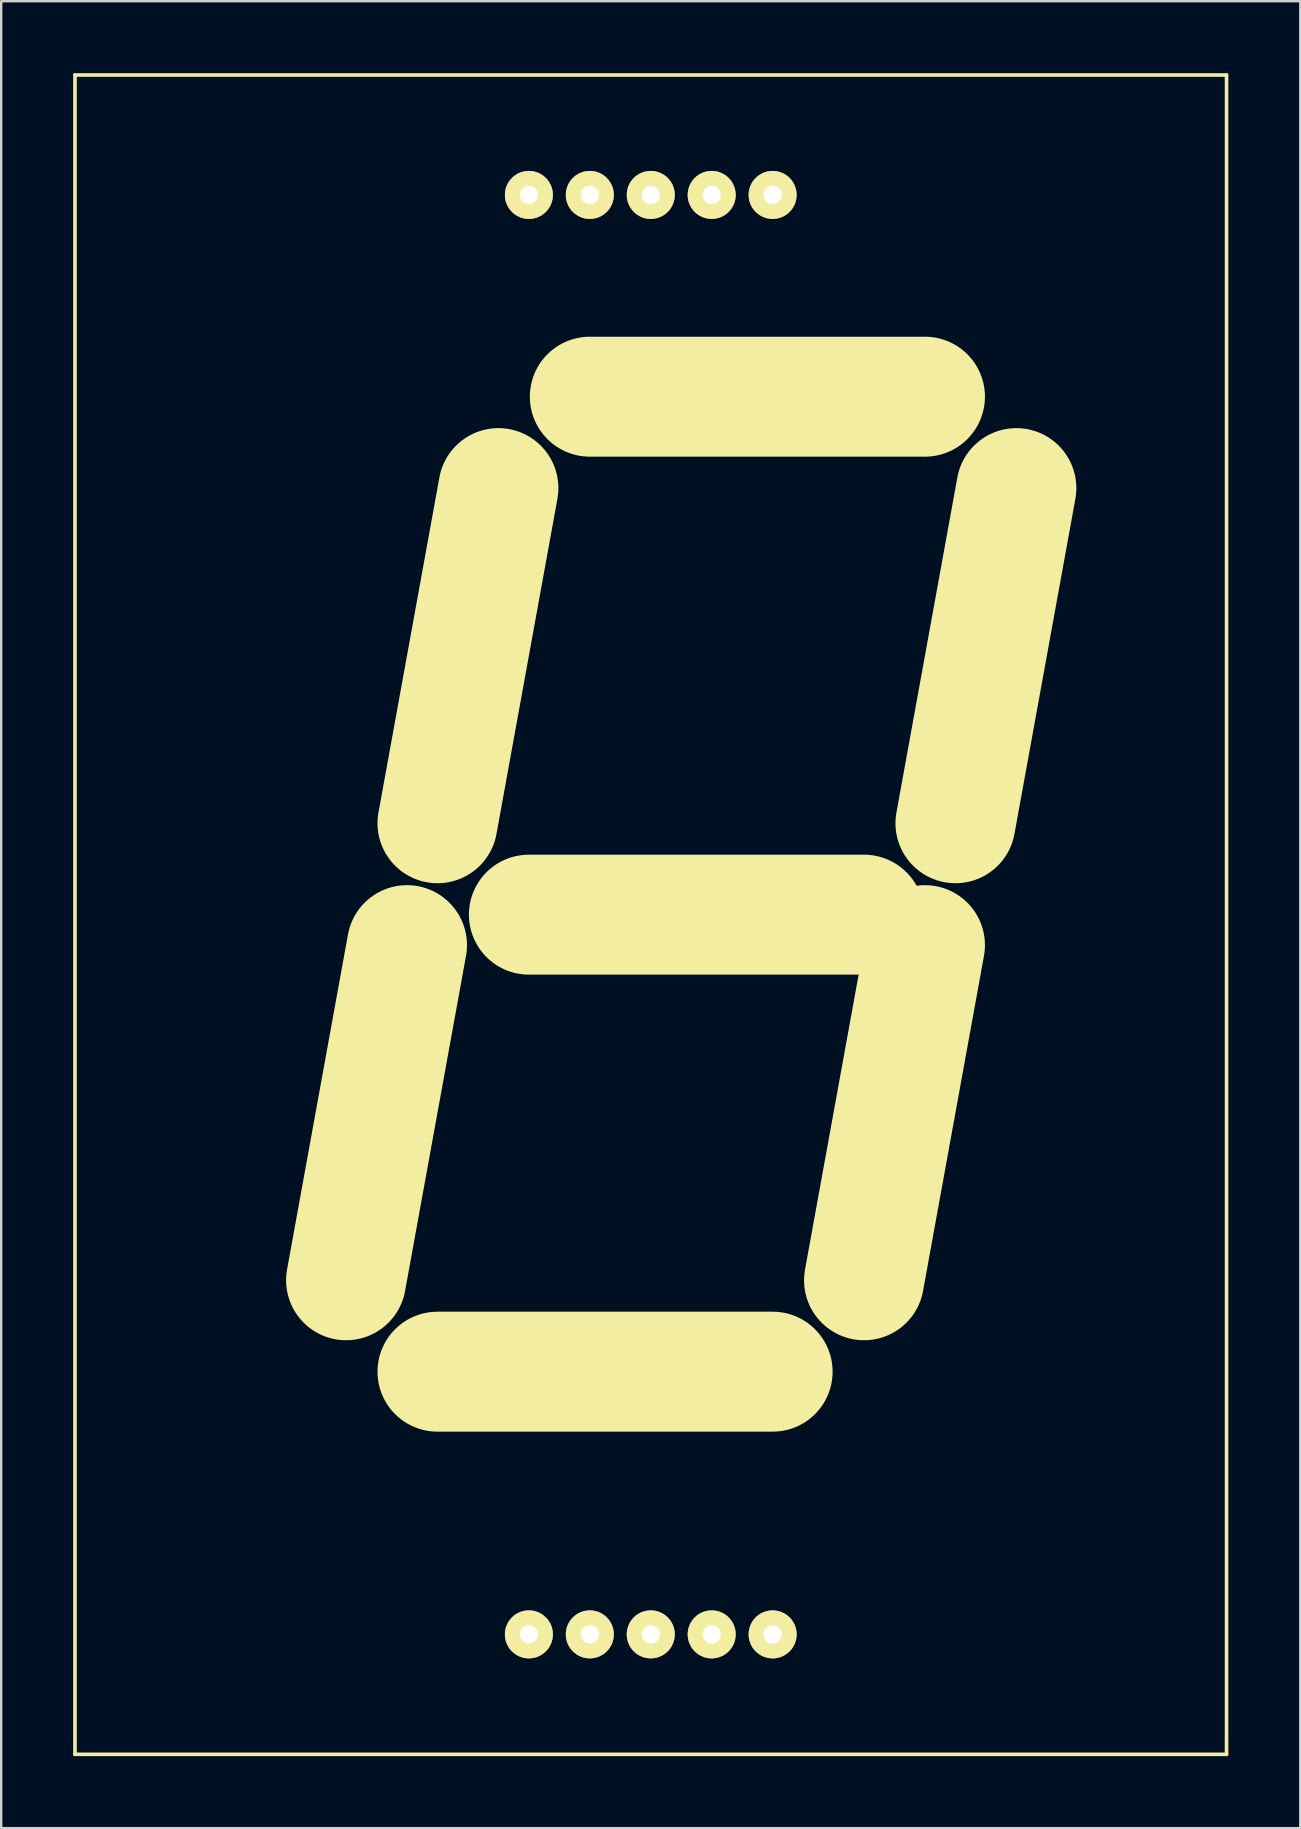
<source format=kicad_pcb>
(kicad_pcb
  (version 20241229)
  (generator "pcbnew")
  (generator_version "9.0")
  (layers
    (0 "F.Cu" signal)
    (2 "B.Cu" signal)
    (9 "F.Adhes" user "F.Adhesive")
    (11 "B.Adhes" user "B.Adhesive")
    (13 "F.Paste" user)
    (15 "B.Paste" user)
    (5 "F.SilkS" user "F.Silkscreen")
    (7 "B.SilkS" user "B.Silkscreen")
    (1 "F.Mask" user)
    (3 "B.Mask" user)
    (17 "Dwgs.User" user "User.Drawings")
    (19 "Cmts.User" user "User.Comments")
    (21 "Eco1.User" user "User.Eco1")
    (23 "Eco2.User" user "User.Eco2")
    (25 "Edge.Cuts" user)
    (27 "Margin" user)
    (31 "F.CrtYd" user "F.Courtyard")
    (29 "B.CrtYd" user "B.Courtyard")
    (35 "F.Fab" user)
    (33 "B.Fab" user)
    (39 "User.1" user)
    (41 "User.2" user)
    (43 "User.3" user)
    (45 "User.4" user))
  (footprint "FJS23101AH"
    (layer "F.Cu")
    (at 24.075 35.075)
    (property "Reference" "FJS23101AH" (at 1.27 1.77 0) (layer "F.SilkS") (effects (font (size 1 1) (thickness 0.15))))
    (attr through_hole)
    (fp_line (start -24 -35) (end -24 35) (stroke (width 0.15) (type solid)) (layer "F.SilkS"))
    (fp_line (start -24 35) (end 24 35) (stroke (width 0.15) (type solid)) (layer "F.SilkS"))
    (fp_line (start -12.7 15.24) (end -10.16 1.27) (stroke (width 5) (type solid)) (layer "F.SilkS"))
    (fp_line (start -8.89 -3.81) (end -6.35 -17.78) (stroke (width 5) (type solid)) (layer "F.SilkS"))
    (fp_line (start -8.89 19.05) (end 5.08 19.05) (stroke (width 5) (type solid)) (layer "F.SilkS"))
    (fp_line (start -5.08 0) (end 8.89 0) (stroke (width 5) (type solid)) (layer "F.SilkS"))
    (fp_line (start -2.54 -21.59) (end 11.43 -21.59) (stroke (width 5) (type solid)) (layer "F.SilkS"))
    (fp_line (start 8.89 15.24) (end 11.43 1.27) (stroke (width 5) (type solid)) (layer "F.SilkS"))
    (fp_line (start 12.7 -3.81) (end 15.24 -17.78) (stroke (width 5) (type solid)) (layer "F.SilkS"))
    (fp_line (start 24 -35) (end -24 -35) (stroke (width 0.15) (type solid)) (layer "F.SilkS"))
    (fp_line (start 24 35) (end 24 -35) (stroke (width 0.15) (type solid)) (layer "F.SilkS"))
    (pad "1" thru_hole circle (at -5.08 -30) (size 2 2) (drill 0.762) (layers "*.Cu" "*.Mask" "F.SilkS"))
    (pad "2" thru_hole circle (at -2.54 -30) (size 2 2) (drill 0.762) (layers "*.Cu" "*.Mask" "F.SilkS"))
    (pad "3" thru_hole circle (at 0 -30) (size 2 2) (drill 0.762) (layers "*.Cu" "*.Mask" "F.SilkS"))
    (pad "4" thru_hole circle (at 2.54 -30) (size 2 2) (drill 0.762) (layers "*.Cu" "*.Mask" "F.SilkS"))
    (pad "5" thru_hole circle (at 5.08 -30) (size 2 2) (drill 0.762) (layers "*.Cu" "*.Mask" "F.SilkS"))
    (pad "6" thru_hole circle (at 5.08 30) (size 2 2) (drill 0.762) (layers "*.Cu" "*.Mask" "F.SilkS"))
    (pad "7" thru_hole circle (at 2.54 30) (size 2 2) (drill 0.762) (layers "*.Cu" "*.Mask" "F.SilkS"))
    (pad "8" thru_hole circle (at 0 30) (size 2 2) (drill 0.762) (layers "*.Cu" "*.Mask" "F.SilkS"))
    (pad "9" thru_hole circle (at -2.54 30) (size 2 2) (drill 0.762) (layers "*.Cu" "*.Mask" "F.SilkS"))
    (pad "10" thru_hole circle (at -5.08 30) (size 2 2) (drill 0.762) (layers "*.Cu" "*.Mask" "F.SilkS")))
  (gr_rect
    (start -3 -3)
    (end 51.15 73.15)
    (stroke (width 0.1) (type default))
    (fill no)
    (layer "Edge.Cuts")))
</source>
